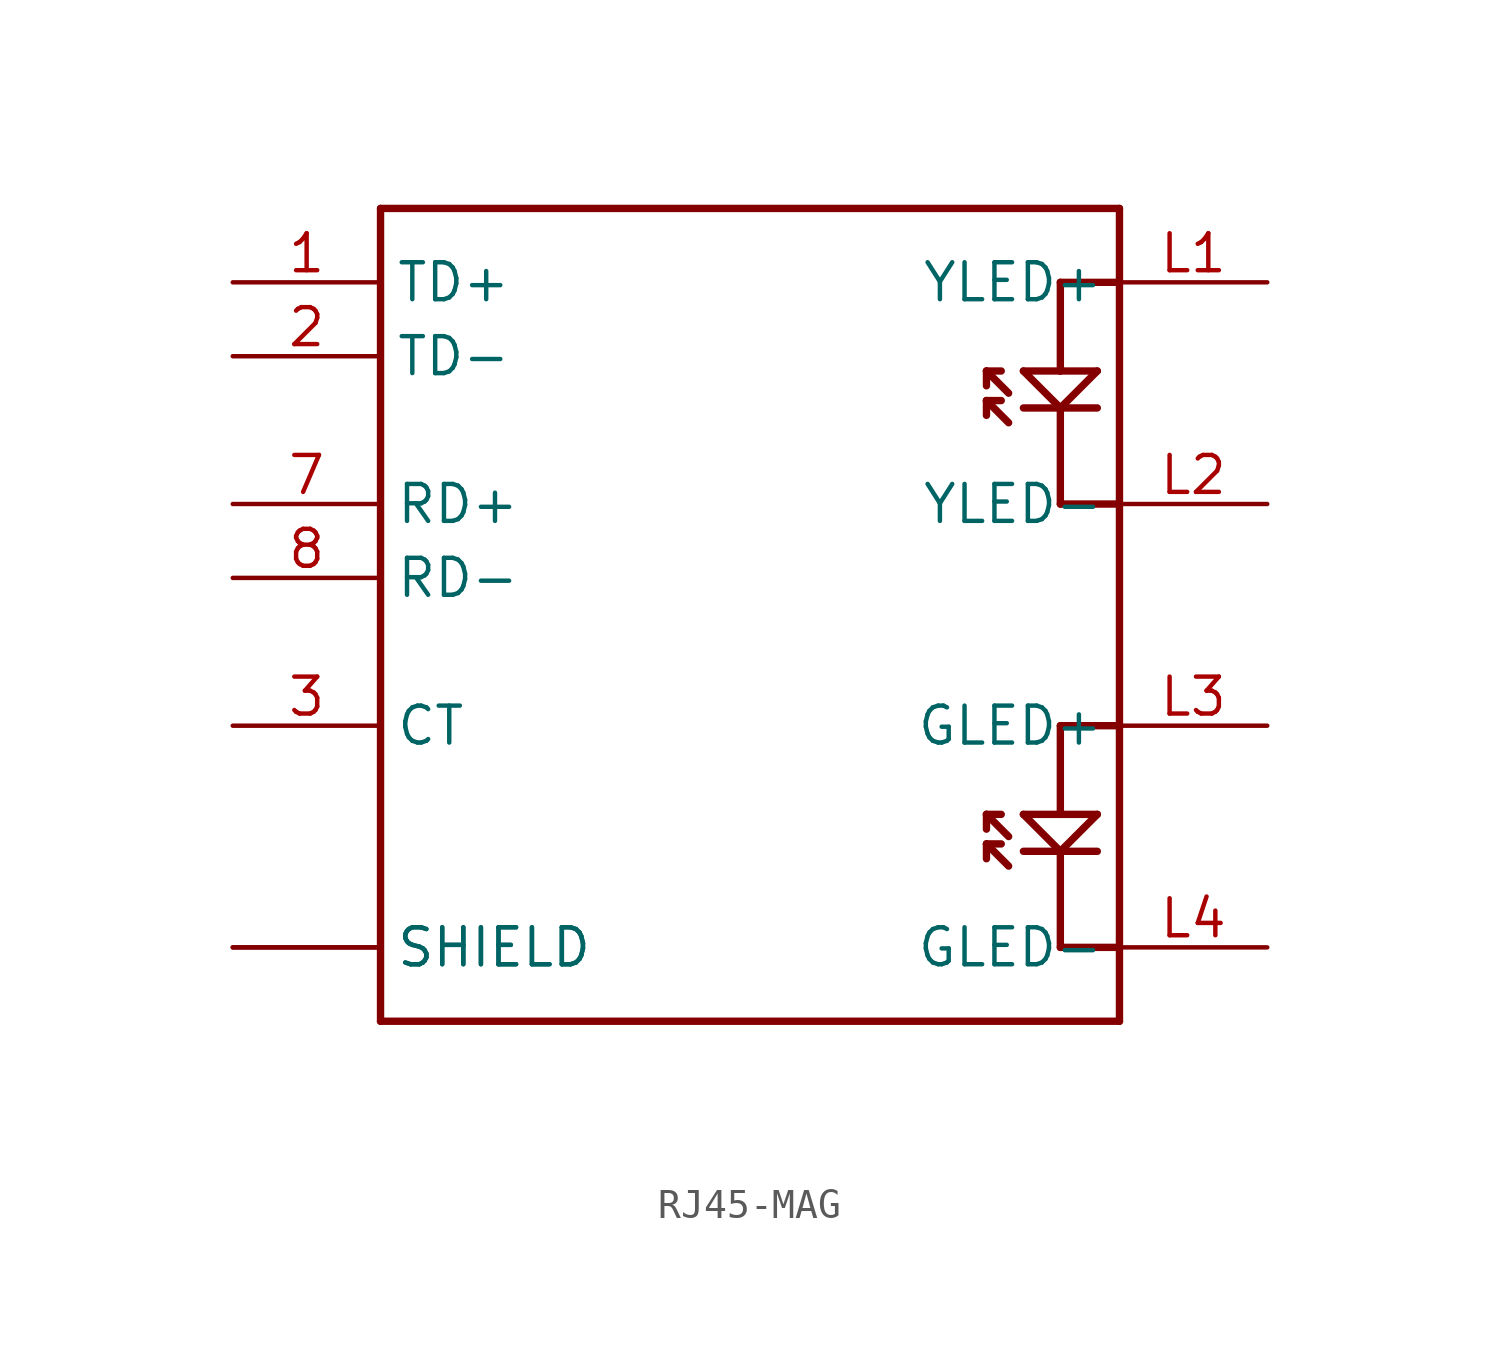
<source format=kicad_sym>
(kicad_symbol_lib
  (version 20231120)
  (generator "kicad_symbol_editor")
  (generator_version "8.0")
  (symbol "RJ45-MAG"
    (property "Reference" ""
      (at -12.7 13.208 0)
      (effects (font (size 1.778 1.511)) (justify left bottom) (hide yes)))
    (property "Value" ""
      (at -12.7 -17.526 0)
      (effects (font (size 1.778 1.511)) (justify left bottom)))
    (property "ki_locked" ""
      (at 0 0 0)
      (effects (font (size 1.27 1.27))))
    (symbol "RJ45-MAG_1_0"
      (polyline (pts (xy -12.7 -15.24) (xy 12.7 -15.24)) (stroke (width 0.254) (type solid)) (fill (type none)))
      (polyline (pts (xy -12.7 12.7) (xy -12.7 -15.24)) (stroke (width 0.254) (type solid)) (fill (type none)))
      (polyline (pts (xy 8.128 -9.652) (xy 8.128 -9.144)) (stroke (width 0.254) (type solid)) (fill (type none)))
      (polyline (pts (xy 8.128 -9.144) (xy 8.636 -9.144)) (stroke (width 0.254) (type solid)) (fill (type none)))
      (polyline (pts (xy 8.128 -8.636) (xy 8.128 -8.128)) (stroke (width 0.254) (type solid)) (fill (type none)))
      (polyline (pts (xy 8.128 -8.128) (xy 8.636 -8.128)) (stroke (width 0.254) (type solid)) (fill (type none)))
      (polyline (pts (xy 8.128 5.588) (xy 8.128 6.096)) (stroke (width 0.254) (type solid)) (fill (type none)))
      (polyline (pts (xy 8.128 6.096) (xy 8.636 6.096)) (stroke (width 0.254) (type solid)) (fill (type none)))
      (polyline (pts (xy 8.128 6.604) (xy 8.128 7.112)) (stroke (width 0.254) (type solid)) (fill (type none)))
      (polyline (pts (xy 8.128 7.112) (xy 8.636 7.112)) (stroke (width 0.254) (type solid)) (fill (type none)))
      (polyline (pts (xy 8.89 -9.906) (xy 8.128 -9.144)) (stroke (width 0.254) (type solid)) (fill (type none)))
      (polyline (pts (xy 8.89 -8.89) (xy 8.128 -8.128)) (stroke (width 0.254) (type solid)) (fill (type none)))
      (polyline (pts (xy 8.89 5.334) (xy 8.128 6.096)) (stroke (width 0.254) (type solid)) (fill (type none)))
      (polyline (pts (xy 8.89 6.35) (xy 8.128 7.112)) (stroke (width 0.254) (type solid)) (fill (type none)))
      (polyline (pts (xy 9.398 -9.398) (xy 10.668 -9.398)) (stroke (width 0.254) (type solid)) (fill (type none)))
      (polyline (pts (xy 9.398 -8.128) (xy 10.668 -9.398)) (stroke (width 0.254) (type solid)) (fill (type none)))
      (polyline (pts (xy 9.398 5.842) (xy 10.668 5.842)) (stroke (width 0.254) (type solid)) (fill (type none)))
      (polyline (pts (xy 9.398 7.112) (xy 10.668 5.842)) (stroke (width 0.254) (type solid)) (fill (type none)))
      (polyline (pts (xy 10.668 -12.7) (xy 12.7 -12.7)) (stroke (width 0.254) (type solid)) (fill (type none)))
      (polyline (pts (xy 10.668 -9.398) (xy 10.668 -12.7)) (stroke (width 0.254) (type solid)) (fill (type none)))
      (polyline (pts (xy 10.668 -9.398) (xy 11.938 -9.398)) (stroke (width 0.254) (type solid)) (fill (type none)))
      (polyline (pts (xy 10.668 -9.398) (xy 11.938 -8.128)) (stroke (width 0.254) (type solid)) (fill (type none)))
      (polyline (pts (xy 10.668 -8.128) (xy 9.398 -8.128)) (stroke (width 0.254) (type solid)) (fill (type none)))
      (polyline (pts (xy 10.668 -5.08) (xy 10.668 -8.128)) (stroke (width 0.254) (type solid)) (fill (type none)))
      (polyline (pts (xy 10.668 2.54) (xy 12.7 2.54)) (stroke (width 0.254) (type solid)) (fill (type none)))
      (polyline (pts (xy 10.668 5.842) (xy 10.668 2.54)) (stroke (width 0.254) (type solid)) (fill (type none)))
      (polyline (pts (xy 10.668 5.842) (xy 11.938 5.842)) (stroke (width 0.254) (type solid)) (fill (type none)))
      (polyline (pts (xy 10.668 5.842) (xy 11.938 7.112)) (stroke (width 0.254) (type solid)) (fill (type none)))
      (polyline (pts (xy 10.668 7.112) (xy 9.398 7.112)) (stroke (width 0.254) (type solid)) (fill (type none)))
      (polyline (pts (xy 10.668 10.16) (xy 10.668 7.112)) (stroke (width 0.254) (type solid)) (fill (type none)))
      (polyline (pts (xy 11.938 -8.128) (xy 10.668 -8.128)) (stroke (width 0.254) (type solid)) (fill (type none)))
      (polyline (pts (xy 11.938 7.112) (xy 10.668 7.112)) (stroke (width 0.254) (type solid)) (fill (type none)))
      (polyline (pts (xy 12.7 -15.24) (xy 12.7 -12.7)) (stroke (width 0.254) (type solid)) (fill (type none)))
      (polyline (pts (xy 12.7 -12.7) (xy 12.7 2.54)) (stroke (width 0.254) (type solid)) (fill (type none)))
      (polyline (pts (xy 12.7 -5.08) (xy 10.668 -5.08)) (stroke (width 0.254) (type solid)) (fill (type none)))
      (polyline (pts (xy 12.7 2.54) (xy 12.7 10.16)) (stroke (width 0.254) (type solid)) (fill (type none)))
      (polyline (pts (xy 12.7 10.16) (xy 10.668 10.16)) (stroke (width 0.254) (type solid)) (fill (type none)))
      (polyline (pts (xy 12.7 10.16) (xy 12.7 12.7)) (stroke (width 0.254) (type solid)) (fill (type none)))
      (polyline (pts (xy 12.7 12.7) (xy -12.7 12.7)) (stroke (width 0.254) (type solid)) (fill (type none)))
      (pin bidirectional line (at -17.78 10.16 0) (length 5.08) (name "TD+" (effects (font (size 1.27 1.27)))) (number "1" (effects (font (size 1.27 1.27)))))
      (pin bidirectional line (at -17.78 7.62 0) (length 5.08) (name "TD-" (effects (font (size 1.27 1.27)))) (number "2" (effects (font (size 1.27 1.27)))))
      (pin bidirectional line (at -17.78 -5.08 0) (length 5.08) (name "CT" (effects (font (size 1.27 1.27)))) (number "3" (effects (font (size 1.27 1.27)))))
      (pin bidirectional line (at -17.78 2.54 0) (length 5.08) (name "RD+" (effects (font (size 1.27 1.27)))) (number "7" (effects (font (size 1.27 1.27)))))
      (pin bidirectional line (at -17.78 0 0) (length 5.08) (name "RD-" (effects (font (size 1.27 1.27)))) (number "8" (effects (font (size 1.27 1.27)))))
      (pin bidirectional line (at 17.78 10.16 180) (length 5.08) (name "YLED+" (effects (font (size 1.27 1.27)))) (number "L1" (effects (font (size 1.27 1.27)))))
      (pin bidirectional line (at 17.78 2.54 180) (length 5.08) (name "YLED-" (effects (font (size 1.27 1.27)))) (number "L2" (effects (font (size 1.27 1.27)))))
      (pin bidirectional line (at 17.78 -5.08 180) (length 5.08) (name "GLED+" (effects (font (size 1.27 1.27)))) (number "L3" (effects (font (size 1.27 1.27)))))
      (pin bidirectional line (at 17.78 -12.7 180) (length 5.08) (name "GLED-" (effects (font (size 1.27 1.27)))) (number "L4" (effects (font (size 1.27 1.27)))))
      (pin bidirectional line (at -17.78 -12.7 0) (length 5.08) (name "SHIELD" (effects (font (size 1.27 1.27)))) (number "SHIELD0" (effects (font (size 0 0)))))
      (pin bidirectional line (at -17.78 -12.7 0) (length 5.08) (name "SHIELD" (effects (font (size 1.27 1.27)))) (number "SHIELD1" (effects (font (size 0 0))))))))
</source>
